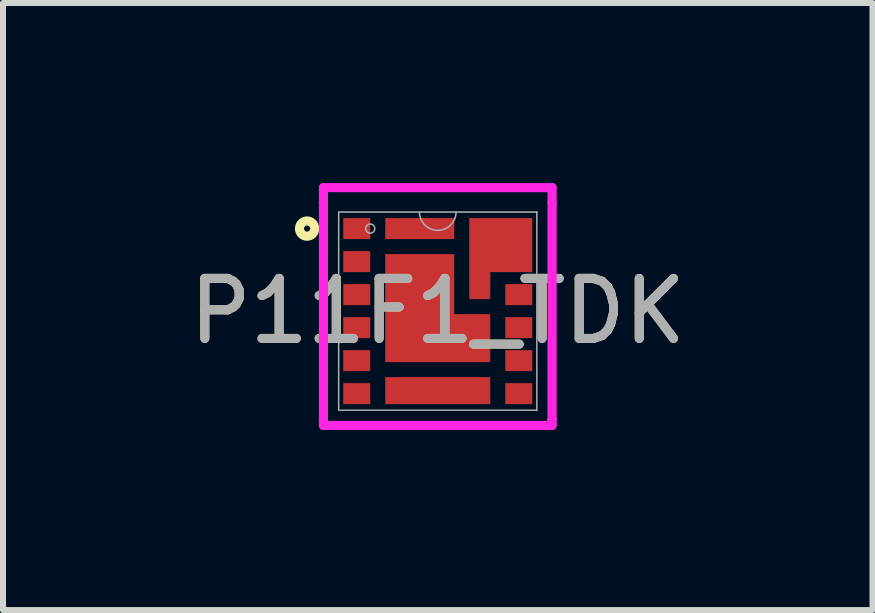
<source format=kicad_pcb>
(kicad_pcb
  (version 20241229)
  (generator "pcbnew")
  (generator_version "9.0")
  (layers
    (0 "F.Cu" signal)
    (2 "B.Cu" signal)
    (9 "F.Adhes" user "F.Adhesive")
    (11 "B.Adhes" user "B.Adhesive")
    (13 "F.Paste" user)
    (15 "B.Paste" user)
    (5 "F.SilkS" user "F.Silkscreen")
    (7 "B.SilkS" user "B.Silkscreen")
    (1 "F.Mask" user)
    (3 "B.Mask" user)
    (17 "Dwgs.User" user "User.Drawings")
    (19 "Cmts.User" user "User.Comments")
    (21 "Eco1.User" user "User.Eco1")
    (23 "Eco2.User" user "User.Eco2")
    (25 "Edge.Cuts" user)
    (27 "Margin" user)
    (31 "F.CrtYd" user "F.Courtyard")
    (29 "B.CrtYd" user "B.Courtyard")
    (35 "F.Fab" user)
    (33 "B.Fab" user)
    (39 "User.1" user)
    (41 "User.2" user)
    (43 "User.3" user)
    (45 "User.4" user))
  (footprint "P11F1_TDK"
    (layer "F.Cu")
    (at 4.244 2.134)
    (property "Reference" "P11F1_TDK" (at 0 0 0) (unlocked yes) (layer "F.SilkS") (effects (font (size 1 1) (thickness 0.15))))
    (attr smd)
    (fp_poly (pts (xy -0.875 -0.95) (xy -0.875 0.85) (xy 0.875 0.85) (xy 0.875 0.05) (xy 0.275 0.05) (xy 0.275 -0.95)) (stroke (width 0) (type solid)) (fill yes) (layer "F.Cu"))
    (fp_poly (pts (xy 0.525 -1.55) (xy 0.525 -0.2) (xy 0.875 -0.2) (xy 0.875 -0.65) (xy 1.575 -0.65) (xy 1.575 -1.55)) (stroke (width 0) (type solid)) (fill yes) (layer "F.Cu"))
    (fp_poly (pts (xy -0.875 -0.95) (xy -0.875 0.85) (xy 0.875 0.85) (xy 0.875 0.05) (xy 0.275 0.05) (xy 0.275 -0.95)) (stroke (width 0) (type solid)) (fill yes) (layer "F.Mask"))
    (fp_poly (pts (xy 0.525 -1.55) (xy 0.525 -0.2) (xy 0.875 -0.2) (xy 0.875 -0.65) (xy 1.575 -0.65) (xy 1.575 -1.55)) (stroke (width 0) (type solid)) (fill yes) (layer "F.Mask"))
    (fp_circle (center -2.177 -1.375) (end -2.05 -1.375) (stroke (width 0.152) (type solid)) (fill no) (layer "F.SilkS"))
    (fp_poly (pts (xy -0.875 -0.95) (xy -0.875 0.85) (xy 0.875 0.85) (xy 0.875 0.05) (xy 0.275 0.05) (xy 0.275 -0.95)) (stroke (width 0) (type solid)) (fill yes) (layer "F.Paste"))
    (fp_poly (pts (xy 0.525 -1.55) (xy 0.525 -0.2) (xy 0.875 -0.2) (xy 0.875 -0.65) (xy 1.575 -0.65) (xy 1.575 -1.55)) (stroke (width 0) (type solid)) (fill yes) (layer "F.Paste"))
    (fp_line (start -1.905 -2.058) (end 1.905 -2.058) (stroke (width 0.152) (type solid)) (layer "F.CrtYd"))
    (fp_line (start -1.905 -1.804) (end -1.905 -2.058) (stroke (width 0.152) (type solid)) (layer "F.CrtYd"))
    (fp_line (start -1.905 -1.804) (end -1.905 -1.804) (stroke (width 0.152) (type solid)) (layer "F.CrtYd"))
    (fp_line (start -1.905 1.804) (end -1.905 -1.804) (stroke (width 0.152) (type solid)) (layer "F.CrtYd"))
    (fp_line (start -1.905 1.804) (end -1.905 1.804) (stroke (width 0.152) (type solid)) (layer "F.CrtYd"))
    (fp_line (start -1.905 1.905) (end -1.905 1.804) (stroke (width 0.152) (type solid)) (layer "F.CrtYd"))
    (fp_line (start 1.905 -2.058) (end 1.905 -1.804) (stroke (width 0.152) (type solid)) (layer "F.CrtYd"))
    (fp_line (start 1.905 -1.804) (end 1.905 -1.804) (stroke (width 0.152) (type solid)) (layer "F.CrtYd"))
    (fp_line (start 1.905 -1.804) (end 1.905 1.804) (stroke (width 0.152) (type solid)) (layer "F.CrtYd"))
    (fp_line (start 1.905 1.804) (end 1.905 1.804) (stroke (width 0.152) (type solid)) (layer "F.CrtYd"))
    (fp_line (start 1.905 1.804) (end 1.905 1.905) (stroke (width 0.152) (type solid)) (layer "F.CrtYd"))
    (fp_line (start 1.905 1.905) (end -1.905 1.905) (stroke (width 0.152) (type solid)) (layer "F.CrtYd"))
    (fp_line (start -1.651 -1.651) (end -1.651 1.651) (stroke (width 0.025) (type solid)) (layer "F.Fab"))
    (fp_line (start -1.651 1.651) (end 1.651 1.651) (stroke (width 0.025) (type solid)) (layer "F.Fab"))
    (fp_line (start 1.651 -1.651) (end -1.651 -1.651) (stroke (width 0.025) (type solid)) (layer "F.Fab"))
    (fp_line (start 1.651 1.651) (end 1.651 -1.651) (stroke (width 0.025) (type solid)) (layer "F.Fab"))
    (fp_arc (start 0.3048 -1.651) (mid 0 -1.3462) (end -0.3048 -1.651) (stroke (width 0.0254) (type solid)) (layer "F.Fab"))
    (fp_circle (center -1.125 -1.375) (end -1.049 -1.375) (stroke (width 0.025) (type solid)) (fill no) (layer "F.Fab"))
    (fp_text user "${REFERENCE}" (at 0 0 0) (unlocked yes) (layer "F.Fab") (effects (font (size 1 1) (thickness 0.15))))
    (pad "1" smd rect (at -1.35 -1.375) (size 0.45 0.35) (layers "F.Cu" "F.Mask" "F.Paste"))
    (pad "2" smd rect (at -1.35 -0.825) (size 0.45 0.35) (layers "F.Cu" "F.Mask" "F.Paste"))
    (pad "3" smd rect (at -1.35 -0.275) (size 0.45 0.35) (layers "F.Cu" "F.Mask" "F.Paste"))
    (pad "4" smd rect (at -1.35 0.275) (size 0.45 0.35) (layers "F.Cu" "F.Mask" "F.Paste"))
    (pad "5" smd rect (at -1.35 0.825) (size 0.45 0.35) (layers "F.Cu" "F.Mask" "F.Paste"))
    (pad "6" smd rect (at -1.35 1.375) (size 0.45 0.35) (layers "F.Cu" "F.Mask" "F.Paste"))
    (pad "7" smd rect (at 0 1.325) (size 1.75 0.45) (layers "F.Cu" "F.Mask" "F.Paste"))
    (pad "8" smd rect (at 1.35 1.375) (size 0.45 0.35) (layers "F.Cu" "F.Mask" "F.Paste"))
    (pad "9" smd rect (at 1.35 0.825) (size 0.45 0.35) (layers "F.Cu" "F.Mask" "F.Paste"))
    (pad "10" smd rect (at 1.35 0.275) (size 0.45 0.35) (layers "F.Cu" "F.Mask" "F.Paste"))
    (pad "11" smd rect (at 1.35 -0.275) (size 0.45 0.35) (layers "F.Cu" "F.Mask" "F.Paste"))
    (pad "12" smd rect (at 1.35 -0.825) (size 0.127 0.127) (layers "F.Cu" "F.Mask" "F.Paste"))
    (pad "13" smd rect (at 1.35 -1.375) (size 0.127 0.127) (layers "F.Cu" "F.Mask" "F.Paste"))
    (pad "14" smd rect (at 0.7 -1.375) (size 0.127 0.127) (layers "F.Cu" "F.Mask" "F.Paste"))
    (pad "15" smd rect (at -0.3 -1.375) (size 1.15 0.35) (layers "F.Cu" "F.Mask" "F.Paste"))
    (pad "16" smd rect (at -0.3 0.45) (size 0.127 0.127) (layers "F.Cu" "F.Mask" "F.Paste"))
    (pad "17" smd rect (at 0.7 -0.575) (size 0.127 0.127) (layers "F.Cu" "F.Mask" "F.Paste")))
  (gr_rect
    (start -3 -3)
    (end 11.488 7.115)
    (stroke (width 0.1) (type default))
    (fill no)
    (layer "Edge.Cuts")))
</source>
